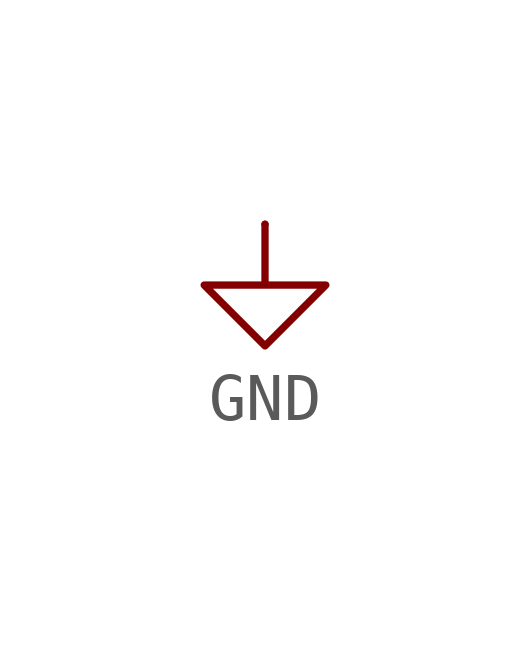
<source format=kicad_sym>
(kicad_symbol_lib
  (version 20231120)
  (generator "kicad_symbol_editor")
  (generator_version "8.0")
  (symbol "GND"
    (power)
    (pin_names
      (offset 0))
    (property "Reference" "#PWR"
      (at -1.27 -6.35 0)
      (effects (font (size 1.27 1.27)) (hide yes)))
    (symbol "GND_0_1"
      (polyline (pts (xy 0 0) (xy 0 -1.27) (xy 1.27 -1.27) (xy 0 -2.54) (xy -1.27 -1.27) (xy 0 -1.27)) (stroke (width 0) (type default)) (fill (type none))))
    (symbol "GND_1_1"
      (pin passive line (at 0 0 0) (length 0) (name "" (effects (font (size 1.27 1.27)))) (number "" (effects (font (size 1.27 1.27))))))))
</source>
